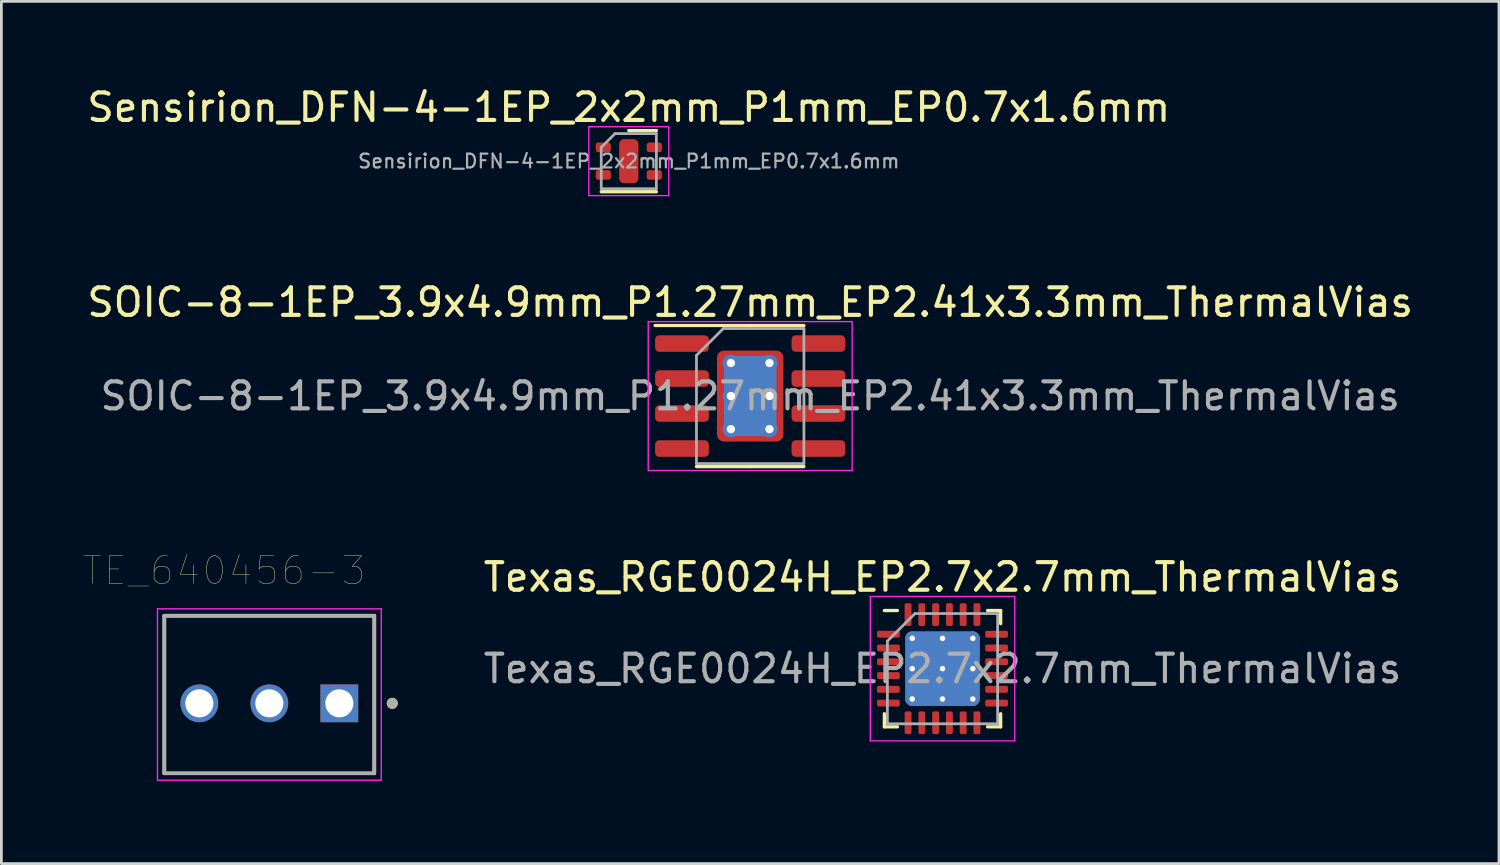
<source format=kicad_pcb>
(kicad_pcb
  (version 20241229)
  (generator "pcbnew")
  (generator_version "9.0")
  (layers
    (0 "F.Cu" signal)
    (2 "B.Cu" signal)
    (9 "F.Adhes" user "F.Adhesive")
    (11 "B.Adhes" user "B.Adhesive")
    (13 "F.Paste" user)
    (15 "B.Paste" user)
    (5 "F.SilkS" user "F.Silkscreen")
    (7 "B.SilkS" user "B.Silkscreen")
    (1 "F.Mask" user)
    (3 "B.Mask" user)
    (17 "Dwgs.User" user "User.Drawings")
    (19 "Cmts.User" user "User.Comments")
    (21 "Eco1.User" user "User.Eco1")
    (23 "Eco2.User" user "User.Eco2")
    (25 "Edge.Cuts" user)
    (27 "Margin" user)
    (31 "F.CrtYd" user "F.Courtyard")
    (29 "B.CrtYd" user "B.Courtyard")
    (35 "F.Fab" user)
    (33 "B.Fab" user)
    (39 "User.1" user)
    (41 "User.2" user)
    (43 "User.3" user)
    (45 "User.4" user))
  (footprint "SOIC-8-1EP_3.9x4.9mm_P1.27mm_EP2.41x3.3mm_ThermalVias"
    (layer "F.Cu")
    (at 24.173 11.322)
    (property "Reference" "SOIC-8-1EP_3.9x4.9mm_P1.27mm_EP2.41x3.3mm_ThermalVias" (at 0 -3.4 0) (layer "F.SilkS") (effects (font (size 1 1) (thickness 0.15))))
    (attr smd)
    (fp_line (start 0 -2.56) (end -3.45 -2.56) (stroke (width 0.12) (type solid)) (layer "F.SilkS"))
    (fp_line (start 0 -2.56) (end 1.95 -2.56) (stroke (width 0.12) (type solid)) (layer "F.SilkS"))
    (fp_line (start 0 2.56) (end -1.95 2.56) (stroke (width 0.12) (type solid)) (layer "F.SilkS"))
    (fp_line (start 0 2.56) (end 1.95 2.56) (stroke (width 0.12) (type solid)) (layer "F.SilkS"))
    (fp_line (start -3.7 -2.7) (end -3.7 2.7) (stroke (width 0.05) (type solid)) (layer "F.CrtYd"))
    (fp_line (start -3.7 2.7) (end 3.7 2.7) (stroke (width 0.05) (type solid)) (layer "F.CrtYd"))
    (fp_line (start 3.7 -2.7) (end -3.7 -2.7) (stroke (width 0.05) (type solid)) (layer "F.CrtYd"))
    (fp_line (start 3.7 2.7) (end 3.7 -2.7) (stroke (width 0.05) (type solid)) (layer "F.CrtYd"))
    (fp_line (start -1.95 -1.475) (end -0.975 -2.45) (stroke (width 0.1) (type solid)) (layer "F.Fab"))
    (fp_line (start -1.95 2.45) (end -1.95 -1.475) (stroke (width 0.1) (type solid)) (layer "F.Fab"))
    (fp_line (start -0.975 -2.45) (end 1.95 -2.45) (stroke (width 0.1) (type solid)) (layer "F.Fab"))
    (fp_line (start 1.95 -2.45) (end 1.95 2.45) (stroke (width 0.1) (type solid)) (layer "F.Fab"))
    (fp_line (start 1.95 2.45) (end -1.95 2.45) (stroke (width 0.1) (type solid)) (layer "F.Fab"))
    (fp_text user "${REFERENCE}" (at 0 0 0) (layer "F.Fab") (effects (font (size 0.98 0.98) (thickness 0.15))))
    (pad "" smd roundrect (at -0.6 -0.825) (size 1.01 1.38) (layers "F.Paste") (roundrect_rratio 0.248))
    (pad "" smd roundrect (at -0.6 0.825) (size 1.01 1.38) (layers "F.Paste") (roundrect_rratio 0.248))
    (pad "" smd roundrect (at 0.6 -0.825) (size 1.01 1.38) (layers "F.Paste") (roundrect_rratio 0.248))
    (pad "" smd roundrect (at 0.6 0.825) (size 1.01 1.38) (layers "F.Paste") (roundrect_rratio 0.248))
    (pad "1" smd roundrect (at -2.475 -1.905) (size 1.95 0.6) (layers "F.Cu" "F.Mask" "F.Paste") (roundrect_rratio 0.25))
    (pad "2" smd roundrect (at -2.475 -0.635) (size 1.95 0.6) (layers "F.Cu" "F.Mask" "F.Paste") (roundrect_rratio 0.25))
    (pad "3" smd roundrect (at -2.475 0.635) (size 1.95 0.6) (layers "F.Cu" "F.Mask" "F.Paste") (roundrect_rratio 0.25))
    (pad "4" smd roundrect (at -2.475 1.905) (size 1.95 0.6) (layers "F.Cu" "F.Mask" "F.Paste") (roundrect_rratio 0.25))
    (pad "5" smd roundrect (at 2.475 1.905) (size 1.95 0.6) (layers "F.Cu" "F.Mask" "F.Paste") (roundrect_rratio 0.25))
    (pad "6" smd roundrect (at 2.475 0.635) (size 1.95 0.6) (layers "F.Cu" "F.Mask" "F.Paste") (roundrect_rratio 0.25))
    (pad "7" smd roundrect (at 2.475 -0.635) (size 1.95 0.6) (layers "F.Cu" "F.Mask" "F.Paste") (roundrect_rratio 0.25))
    (pad "8" smd roundrect (at 2.475 -1.905) (size 1.95 0.6) (layers "F.Cu" "F.Mask" "F.Paste") (roundrect_rratio 0.25))
    (pad "9" thru_hole circle (at -0.7 -1.2) (size 0.6 0.6) (drill 0.3) (layers "*.Cu"))
    (pad "9" thru_hole circle (at -0.7 0) (size 0.6 0.6) (drill 0.3) (layers "*.Cu"))
    (pad "9" thru_hole circle (at -0.7 1.2) (size 0.6 0.6) (drill 0.3) (layers "*.Cu"))
    (pad "9" smd roundrect (at 0 0) (size 1.9 2.9) (layers "B.Cu") (roundrect_rratio 0.132))
    (pad "9" smd roundrect (at 0 0) (size 2.41 3.3) (layers "F.Cu" "F.Mask") (roundrect_rratio 0.104))
    (pad "9" thru_hole circle (at 0.7 -1.2) (size 0.6 0.6) (drill 0.3) (layers "*.Cu"))
    (pad "9" thru_hole circle (at 0.7 0) (size 0.6 0.6) (drill 0.3) (layers "*.Cu"))
    (pad "9" thru_hole circle (at 0.7 1.2) (size 0.6 0.6) (drill 0.3) (layers "*.Cu")))
  (footprint "TE_640456-3"
    (layer "F.Cu")
    (at 9.264 22.473)
    (property "Reference" "TE_640456-3" (at -4.175 -4.815 0) (layer "F.SilkS") (effects (font (size 1 1) (thickness 0.015))))
    (attr through_hole)
    (fp_line (start -6.35 2.54) (end -6.35 -3.18) (stroke (width 0.127) (type solid)) (layer "F.SilkS"))
    (fp_line (start 1.27 -3.18) (end -6.35 -3.18) (stroke (width 0.127) (type solid)) (layer "F.SilkS"))
    (fp_line (start 1.27 -3.18) (end 1.27 2.54) (stroke (width 0.127) (type solid)) (layer "F.SilkS"))
    (fp_line (start 1.27 2.54) (end -6.35 2.54) (stroke (width 0.127) (type solid)) (layer "F.SilkS"))
    (fp_circle (center 1.92 0) (end 2.02 0) (stroke (width 0.2) (type solid)) (fill no) (layer "F.SilkS"))
    (fp_line (start -6.6 -3.43) (end 1.52 -3.43) (stroke (width 0.05) (type solid)) (layer "F.CrtYd"))
    (fp_line (start -6.6 2.79) (end -6.6 -3.43) (stroke (width 0.05) (type solid)) (layer "F.CrtYd"))
    (fp_line (start 1.52 -3.43) (end 1.52 2.79) (stroke (width 0.05) (type solid)) (layer "F.CrtYd"))
    (fp_line (start 1.52 2.79) (end -6.6 2.79) (stroke (width 0.05) (type solid)) (layer "F.CrtYd"))
    (fp_line (start -6.35 -3.18) (end 1.27 -3.18) (stroke (width 0.127) (type solid)) (layer "F.Fab"))
    (fp_line (start -6.35 -3.18) (end 1.27 -3.18) (stroke (width 0.127) (type solid)) (layer "F.Fab"))
    (fp_line (start -6.35 2.54) (end -6.35 -3.18) (stroke (width 0.127) (type solid)) (layer "F.Fab"))
    (fp_line (start -6.35 2.54) (end -6.35 -3.18) (stroke (width 0.127) (type solid)) (layer "F.Fab"))
    (fp_line (start 1.27 -3.18) (end 1.27 2.54) (stroke (width 0.127) (type solid)) (layer "F.Fab"))
    (fp_line (start 1.27 -3.18) (end 1.27 2.54) (stroke (width 0.127) (type solid)) (layer "F.Fab"))
    (fp_line (start 1.27 2.54) (end -6.35 2.54) (stroke (width 0.127) (type solid)) (layer "F.Fab"))
    (fp_circle (center 1.92 0) (end 2.02 0) (stroke (width 0.2) (type solid)) (fill no) (layer "F.Fab"))
    (pad "1" thru_hole rect (at 0 0) (size 1.37 1.37) (drill 1.02) (layers "*.Cu" "*.Mask"))
    (pad "2" thru_hole circle (at -2.54 0) (size 1.37 1.37) (drill 1.02) (layers "*.Cu" "*.Mask"))
    (pad "3" thru_hole circle (at -5.08 0) (size 1.37 1.37) (drill 1.02) (layers "*.Cu" "*.Mask")))
  (footprint "Sensirion_DFN-4-1EP_2x2mm_P1mm_EP0.7x1.6mm"
    (layer "F.Cu")
    (at 19.768 2.748)
    (property "Reference" "Sensirion_DFN-4-1EP_2x2mm_P1mm_EP0.7x1.6mm" (at 0 -1.9 0) (layer "F.SilkS") (effects (font (size 1 1) (thickness 0.15))))
    (attr smd)
    (fp_line (start -1 1.16) (end 1 1.16) (stroke (width 0.12) (type solid)) (layer "F.SilkS"))
    (fp_line (start 0 -1.06) (end 1 -1.06) (stroke (width 0.12) (type solid)) (layer "F.SilkS"))
    (fp_line (start -1.45 -1.2) (end -1.45 1.3) (stroke (width 0.05) (type solid)) (layer "F.CrtYd"))
    (fp_line (start -1.45 1.3) (end 1.45 1.3) (stroke (width 0.05) (type solid)) (layer "F.CrtYd"))
    (fp_line (start 1.45 -1.2) (end -1.45 -1.2) (stroke (width 0.05) (type solid)) (layer "F.CrtYd"))
    (fp_line (start 1.45 1.3) (end 1.45 -1.2) (stroke (width 0.05) (type solid)) (layer "F.CrtYd"))
    (fp_line (start -1 -0.45) (end -0.5 -0.95) (stroke (width 0.1) (type solid)) (layer "F.Fab"))
    (fp_line (start -1 1.05) (end -1 -0.45) (stroke (width 0.1) (type solid)) (layer "F.Fab"))
    (fp_line (start -0.5 -0.95) (end 1 -0.95) (stroke (width 0.1) (type solid)) (layer "F.Fab"))
    (fp_line (start 1 -0.95) (end 1 1.05) (stroke (width 0.1) (type solid)) (layer "F.Fab"))
    (fp_line (start 1 1.05) (end -1 1.05) (stroke (width 0.1) (type solid)) (layer "F.Fab"))
    (fp_text user "${REFERENCE}" (at 0 0.05 0) (layer "F.Fab") (effects (font (size 0.5 0.5) (thickness 0.08))))
    (pad "" smd roundrect (at -1.025 -0.45) (size 0.55 0.35) (layers "F.Paste") (roundrect_rratio 0.25))
    (pad "" smd roundrect (at -1.025 0.55) (size 0.55 0.35) (layers "F.Paste") (roundrect_rratio 0.25))
    (pad "" smd roundrect (at 0 0.05) (size 0.5 1.4) (layers "F.Paste") (roundrect_rratio 0.25))
    (pad "" smd roundrect (at 1.025 -0.45 180) (size 0.55 0.35) (layers "F.Paste") (roundrect_rratio 0.25))
    (pad "" smd roundrect (at 1.025 0.55 180) (size 0.55 0.35) (layers "F.Paste") (roundrect_rratio 0.25))
    (pad "1" smd roundrect (at -0.925 -0.45) (size 0.55 0.35) (layers "F.Cu" "F.Mask") (roundrect_rratio 0.25))
    (pad "2" smd roundrect (at -0.925 0.55) (size 0.55 0.35) (layers "F.Cu" "F.Mask") (roundrect_rratio 0.25))
    (pad "3" smd roundrect (at 0.925 0.55) (size 0.55 0.35) (layers "F.Cu" "F.Mask") (roundrect_rratio 0.25))
    (pad "4" smd roundrect (at 0.925 -0.45) (size 0.55 0.35) (layers "F.Cu" "F.Mask") (roundrect_rratio 0.25))
    (pad "5" smd roundrect (at 0 0.05) (size 0.7 1.6) (layers "F.Cu" "F.Mask") (roundrect_rratio 0.25)))
  (footprint "Texas_RGE0024H_EP2.7x2.7mm_ThermalVias"
    (layer "F.Cu")
    (at 31.152 21.215)
    (property "Reference" "Texas_RGE0024H_EP2.7x2.7mm_ThermalVias" (at 0 -3.32 0) (layer "F.SilkS") (effects (font (size 1 1) (thickness 0.15))))
    (attr smd)
    (fp_line (start -2.11 2.11) (end -2.11 1.635) (stroke (width 0.12) (type solid)) (layer "F.SilkS"))
    (fp_line (start -1.635 -2.11) (end -2.11 -2.11) (stroke (width 0.12) (type solid)) (layer "F.SilkS"))
    (fp_line (start -1.635 2.11) (end -2.11 2.11) (stroke (width 0.12) (type solid)) (layer "F.SilkS"))
    (fp_line (start 1.635 -2.11) (end 2.11 -2.11) (stroke (width 0.12) (type solid)) (layer "F.SilkS"))
    (fp_line (start 1.635 2.11) (end 2.11 2.11) (stroke (width 0.12) (type solid)) (layer "F.SilkS"))
    (fp_line (start 2.11 -2.11) (end 2.11 -1.635) (stroke (width 0.12) (type solid)) (layer "F.SilkS"))
    (fp_line (start 2.11 2.11) (end 2.11 1.635) (stroke (width 0.12) (type solid)) (layer "F.SilkS"))
    (fp_line (start -2.62 -2.62) (end -2.62 2.62) (stroke (width 0.05) (type solid)) (layer "F.CrtYd"))
    (fp_line (start -2.62 2.62) (end 2.62 2.62) (stroke (width 0.05) (type solid)) (layer "F.CrtYd"))
    (fp_line (start 2.62 -2.62) (end -2.62 -2.62) (stroke (width 0.05) (type solid)) (layer "F.CrtYd"))
    (fp_line (start 2.62 2.62) (end 2.62 -2.62) (stroke (width 0.05) (type solid)) (layer "F.CrtYd"))
    (fp_line (start -2 -1) (end -1 -2) (stroke (width 0.1) (type solid)) (layer "F.Fab"))
    (fp_line (start -2 2) (end -2 -1) (stroke (width 0.1) (type solid)) (layer "F.Fab"))
    (fp_line (start -1 -2) (end 2 -2) (stroke (width 0.1) (type solid)) (layer "F.Fab"))
    (fp_line (start 2 -2) (end 2 2) (stroke (width 0.1) (type solid)) (layer "F.Fab"))
    (fp_line (start 2 2) (end -2 2) (stroke (width 0.1) (type solid)) (layer "F.Fab"))
    (fp_text user "${REFERENCE}" (at 0 0 0) (layer "F.Fab") (effects (font (size 1 1) (thickness 0.15))))
    (pad "" smd roundrect (at -0.675 -0.675) (size 1.17 1.17) (layers "F.Paste") (roundrect_rratio 0.214))
    (pad "" smd roundrect (at -0.675 0.675) (size 1.17 1.17) (layers "F.Paste") (roundrect_rratio 0.214))
    (pad "" smd roundrect (at 0.675 -0.675) (size 1.17 1.17) (layers "F.Paste") (roundrect_rratio 0.214))
    (pad "" smd roundrect (at 0.675 0.675) (size 1.17 1.17) (layers "F.Paste") (roundrect_rratio 0.214))
    (pad "1" smd roundrect (at -1.962 -1.25) (size 0.825 0.25) (layers "F.Cu" "F.Mask" "F.Paste") (roundrect_rratio 0.25))
    (pad "2" smd roundrect (at -1.962 -0.75) (size 0.825 0.25) (layers "F.Cu" "F.Mask" "F.Paste") (roundrect_rratio 0.25))
    (pad "3" smd roundrect (at -1.962 -0.25) (size 0.825 0.25) (layers "F.Cu" "F.Mask" "F.Paste") (roundrect_rratio 0.25))
    (pad "4" smd roundrect (at -1.962 0.25) (size 0.825 0.25) (layers "F.Cu" "F.Mask" "F.Paste") (roundrect_rratio 0.25))
    (pad "5" smd roundrect (at -1.962 0.75) (size 0.825 0.25) (layers "F.Cu" "F.Mask" "F.Paste") (roundrect_rratio 0.25))
    (pad "6" smd roundrect (at -1.962 1.25) (size 0.825 0.25) (layers "F.Cu" "F.Mask" "F.Paste") (roundrect_rratio 0.25))
    (pad "7" smd roundrect (at -1.25 1.962) (size 0.25 0.825) (layers "F.Cu" "F.Mask" "F.Paste") (roundrect_rratio 0.25))
    (pad "8" smd roundrect (at -0.75 1.962) (size 0.25 0.825) (layers "F.Cu" "F.Mask" "F.Paste") (roundrect_rratio 0.25))
    (pad "9" smd roundrect (at -0.25 1.962) (size 0.25 0.825) (layers "F.Cu" "F.Mask" "F.Paste") (roundrect_rratio 0.25))
    (pad "10" smd roundrect (at 0.25 1.962) (size 0.25 0.825) (layers "F.Cu" "F.Mask" "F.Paste") (roundrect_rratio 0.25))
    (pad "11" smd roundrect (at 0.75 1.962) (size 0.25 0.825) (layers "F.Cu" "F.Mask" "F.Paste") (roundrect_rratio 0.25))
    (pad "12" smd roundrect (at 1.25 1.962) (size 0.25 0.825) (layers "F.Cu" "F.Mask" "F.Paste") (roundrect_rratio 0.25))
    (pad "13" smd roundrect (at 1.962 1.25) (size 0.825 0.25) (layers "F.Cu" "F.Mask" "F.Paste") (roundrect_rratio 0.25))
    (pad "14" smd roundrect (at 1.962 0.75) (size 0.825 0.25) (layers "F.Cu" "F.Mask" "F.Paste") (roundrect_rratio 0.25))
    (pad "15" smd roundrect (at 1.962 0.25) (size 0.825 0.25) (layers "F.Cu" "F.Mask" "F.Paste") (roundrect_rratio 0.25))
    (pad "16" smd roundrect (at 1.962 -0.25) (size 0.825 0.25) (layers "F.Cu" "F.Mask" "F.Paste") (roundrect_rratio 0.25))
    (pad "17" smd roundrect (at 1.962 -0.75) (size 0.825 0.25) (layers "F.Cu" "F.Mask" "F.Paste") (roundrect_rratio 0.25))
    (pad "18" smd roundrect (at 1.962 -1.25) (size 0.825 0.25) (layers "F.Cu" "F.Mask" "F.Paste") (roundrect_rratio 0.25))
    (pad "19" smd roundrect (at 1.25 -1.962) (size 0.25 0.825) (layers "F.Cu" "F.Mask" "F.Paste") (roundrect_rratio 0.25))
    (pad "20" smd roundrect (at 0.75 -1.962) (size 0.25 0.825) (layers "F.Cu" "F.Mask" "F.Paste") (roundrect_rratio 0.25))
    (pad "21" smd roundrect (at 0.25 -1.962) (size 0.25 0.825) (layers "F.Cu" "F.Mask" "F.Paste") (roundrect_rratio 0.25))
    (pad "22" smd roundrect (at -0.25 -1.962) (size 0.25 0.825) (layers "F.Cu" "F.Mask" "F.Paste") (roundrect_rratio 0.25))
    (pad "23" smd roundrect (at -0.75 -1.962) (size 0.25 0.825) (layers "F.Cu" "F.Mask" "F.Paste") (roundrect_rratio 0.25))
    (pad "24" smd roundrect (at -1.25 -1.962) (size 0.25 0.825) (layers "F.Cu" "F.Mask" "F.Paste") (roundrect_rratio 0.25))
    (pad "25" thru_hole circle (at -1.1 -1.1) (size 0.5 0.5) (drill 0.2) (layers "*.Cu"))
    (pad "25" thru_hole circle (at -1.1 0) (size 0.5 0.5) (drill 0.2) (layers "*.Cu"))
    (pad "25" thru_hole circle (at -1.1 1.1) (size 0.5 0.5) (drill 0.2) (layers "*.Cu"))
    (pad "25" thru_hole circle (at 0 -1.1) (size 0.5 0.5) (drill 0.2) (layers "*.Cu"))
    (pad "25" thru_hole circle (at 0 0) (size 0.5 0.5) (drill 0.2) (layers "*.Cu"))
    (pad "25" smd roundrect (at 0 0) (size 2.7 2.7) (layers "F.Cu" "F.Mask") (roundrect_rratio 0.093))
    (pad "25" smd roundrect (at 0 0) (size 2.7 2.7) (layers "B.Cu") (roundrect_rratio 0.093))
    (pad "25" thru_hole circle (at 0 1.1) (size 0.5 0.5) (drill 0.2) (layers "*.Cu"))
    (pad "25" thru_hole circle (at 1.1 -1.1) (size 0.5 0.5) (drill 0.2) (layers "*.Cu"))
    (pad "25" thru_hole circle (at 1.1 0) (size 0.5 0.5) (drill 0.2) (layers "*.Cu"))
    (pad "25" thru_hole circle (at 1.1 1.1) (size 0.5 0.5) (drill 0.2) (layers "*.Cu")))
  (gr_rect
    (start -3 -3)
    (end 51.345 28.288)
    (stroke (width 0.1) (type default))
    (fill no)
    (layer "Edge.Cuts")))
</source>
